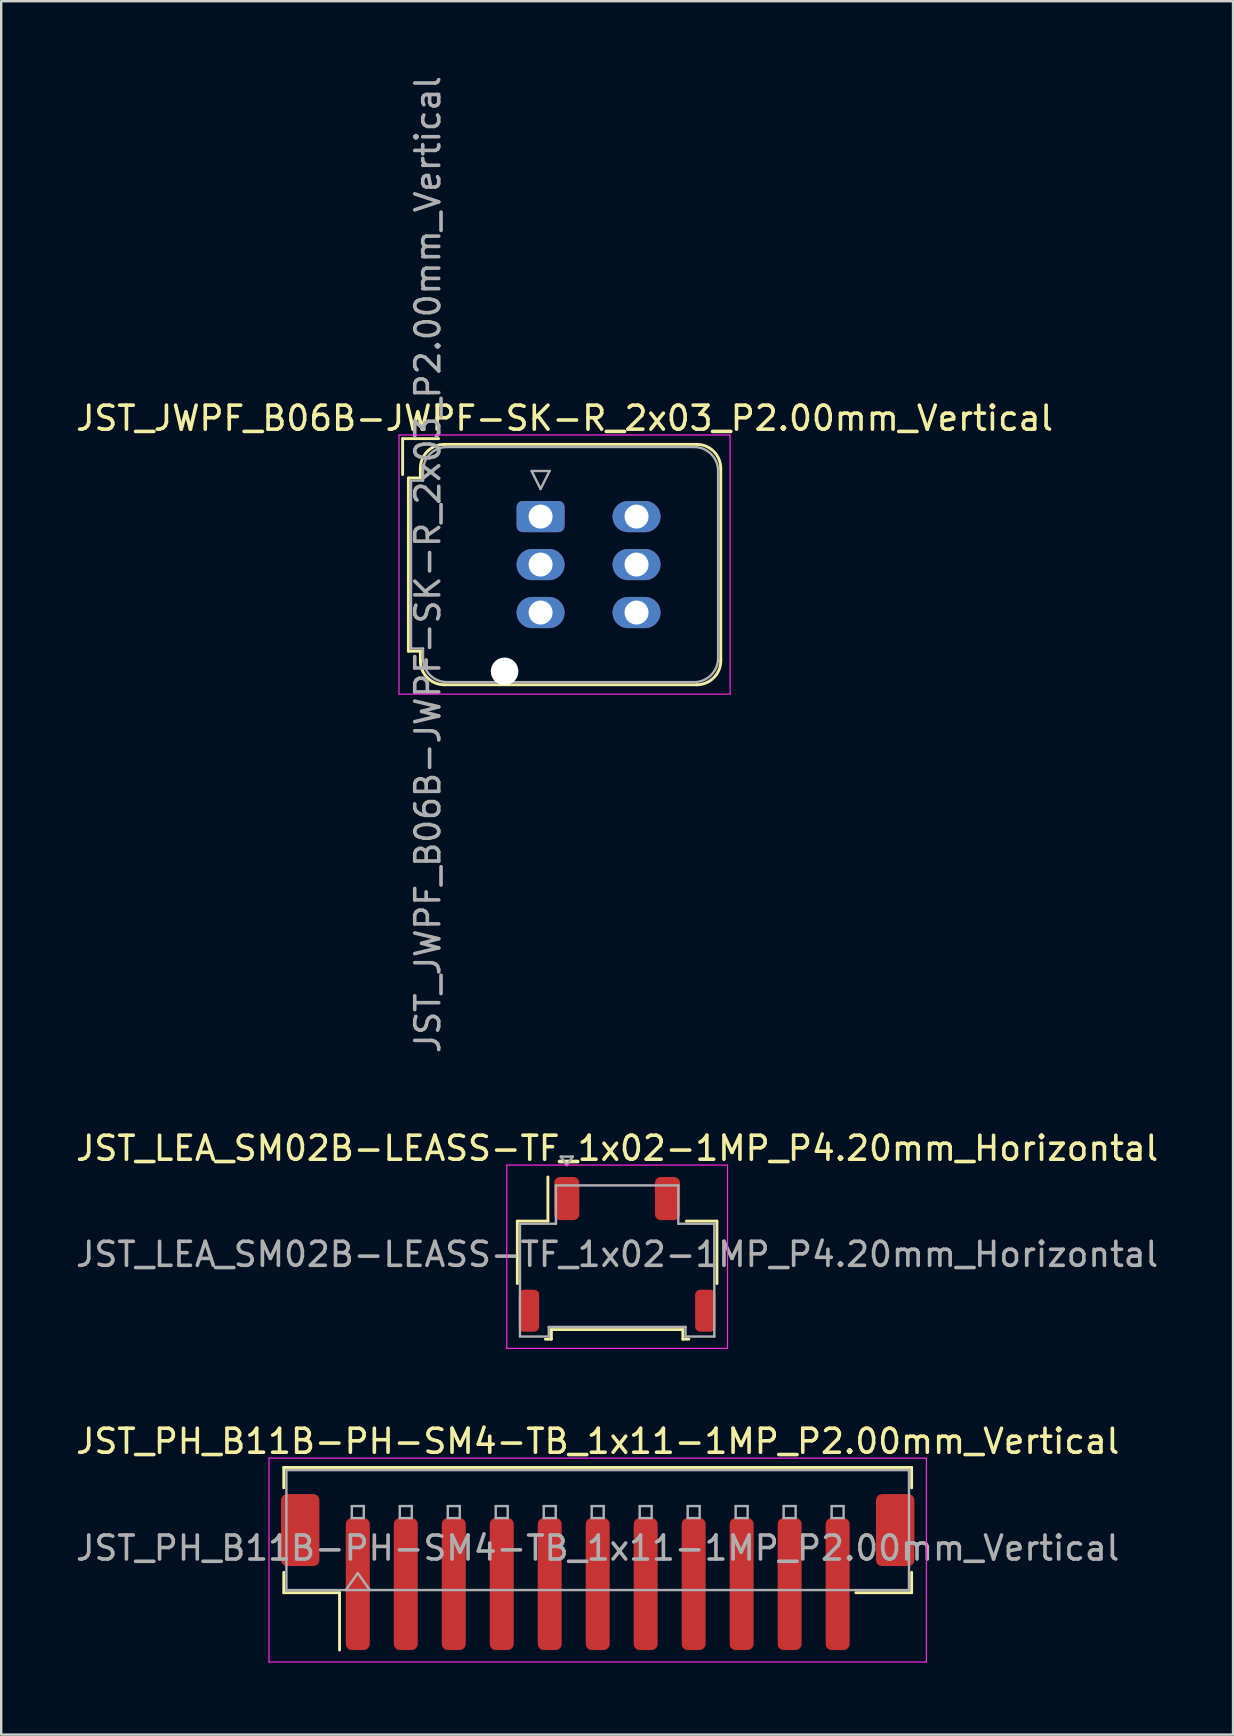
<source format=kicad_pcb>
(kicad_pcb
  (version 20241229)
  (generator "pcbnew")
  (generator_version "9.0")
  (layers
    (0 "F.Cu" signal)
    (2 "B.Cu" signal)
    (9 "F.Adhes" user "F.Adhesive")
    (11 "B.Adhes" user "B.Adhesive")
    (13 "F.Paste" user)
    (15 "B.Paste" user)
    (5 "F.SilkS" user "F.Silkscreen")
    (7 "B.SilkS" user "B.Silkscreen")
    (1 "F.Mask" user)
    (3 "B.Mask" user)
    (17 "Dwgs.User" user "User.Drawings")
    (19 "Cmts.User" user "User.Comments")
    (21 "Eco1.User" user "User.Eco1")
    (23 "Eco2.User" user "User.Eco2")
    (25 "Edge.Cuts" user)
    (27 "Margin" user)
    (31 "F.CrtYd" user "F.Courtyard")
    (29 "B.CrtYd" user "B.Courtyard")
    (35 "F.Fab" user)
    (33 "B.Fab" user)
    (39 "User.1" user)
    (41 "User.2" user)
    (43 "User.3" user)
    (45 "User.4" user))
  (footprint "JST_LEA_SM02B-LEASS-TF_1x02-1MP_P4.20mm_Horizontal"
    (layer "F.Cu")
    (at 22.673 49.233)
    (property "Reference" "JST_LEA_SM02B-LEASS-TF_1x02-1MP_P4.20mm_Horizontal" (at 0 -4.42 0) (layer "F.SilkS") (effects (font (size 1 1) (thickness 0.15))))
    (attr smd)
    (fp_line (start -4.16 -1.385) (end -2.885 -1.385) (stroke (width 0.12) (type solid)) (layer "F.SilkS"))
    (fp_line (start -4.16 1.215) (end -4.16 -1.385) (stroke (width 0.12) (type solid)) (layer "F.SilkS"))
    (fp_line (start -2.99 3.535) (end -2.74 3.535) (stroke (width 0.12) (type solid)) (layer "F.SilkS"))
    (fp_line (start -2.885 -1.385) (end -2.885 -3.225) (stroke (width 0.12) (type solid)) (layer "F.SilkS"))
    (fp_line (start -2.74 3.135) (end 2.74 3.135) (stroke (width 0.12) (type solid)) (layer "F.SilkS"))
    (fp_line (start -2.74 3.535) (end -2.74 3.135) (stroke (width 0.12) (type solid)) (layer "F.SilkS"))
    (fp_line (start 2.74 3.135) (end 2.74 3.535) (stroke (width 0.12) (type solid)) (layer "F.SilkS"))
    (fp_line (start 2.74 3.535) (end 2.99 3.535) (stroke (width 0.12) (type solid)) (layer "F.SilkS"))
    (fp_line (start 4.16 -1.385) (end 2.885 -1.385) (stroke (width 0.12) (type solid)) (layer "F.SilkS"))
    (fp_line (start 4.16 1.215) (end 4.16 -1.385) (stroke (width 0.12) (type solid)) (layer "F.SilkS"))
    (fp_line (start -4.6 -3.72) (end -4.6 3.92) (stroke (width 0.05) (type solid)) (layer "F.CrtYd"))
    (fp_line (start -4.6 3.92) (end 4.6 3.92) (stroke (width 0.05) (type solid)) (layer "F.CrtYd"))
    (fp_line (start 4.6 -3.72) (end -4.6 -3.72) (stroke (width 0.05) (type solid)) (layer "F.CrtYd"))
    (fp_line (start 4.6 3.92) (end 4.6 -3.72) (stroke (width 0.05) (type solid)) (layer "F.CrtYd"))
    (fp_line (start -4.05 -1.275) (end -4.05 3.425) (stroke (width 0.1) (type solid)) (layer "F.Fab"))
    (fp_line (start -4.05 -1.275) (end -2.55 -1.275) (stroke (width 0.1) (type solid)) (layer "F.Fab"))
    (fp_line (start -4.05 3.425) (end -2.85 3.425) (stroke (width 0.1) (type solid)) (layer "F.Fab"))
    (fp_line (start -2.85 3.025) (end 2.85 3.025) (stroke (width 0.1) (type solid)) (layer "F.Fab"))
    (fp_line (start -2.85 3.425) (end -2.85 3.025) (stroke (width 0.1) (type solid)) (layer "F.Fab"))
    (fp_line (start -2.55 -2.875) (end 2.55 -2.875) (stroke (width 0.1) (type solid)) (layer "F.Fab"))
    (fp_line (start -2.55 -1.275) (end -2.55 -2.875) (stroke (width 0.1) (type solid)) (layer "F.Fab"))
    (fp_line (start -2.35 -4.074) (end -2.1 -3.72) (stroke (width 0.1) (type solid)) (layer "F.Fab"))
    (fp_line (start -2.1 -3.72) (end -1.85 -4.074) (stroke (width 0.1) (type solid)) (layer "F.Fab"))
    (fp_line (start -1.85 -4.074) (end -2.35 -4.074) (stroke (width 0.1) (type solid)) (layer "F.Fab"))
    (fp_line (start 2.55 -2.875) (end 2.55 -1.275) (stroke (width 0.1) (type solid)) (layer "F.Fab"))
    (fp_line (start 2.55 -1.275) (end 4.05 -1.275) (stroke (width 0.1) (type solid)) (layer "F.Fab"))
    (fp_line (start 2.85 3.025) (end 2.85 3.425) (stroke (width 0.1) (type solid)) (layer "F.Fab"))
    (fp_line (start 2.85 3.425) (end 4.05 3.425) (stroke (width 0.1) (type solid)) (layer "F.Fab"))
    (fp_line (start 4.05 -1.275) (end 4.05 3.425) (stroke (width 0.1) (type solid)) (layer "F.Fab"))
    (fp_text user "${REFERENCE}" (at 0 0 0) (layer "F.Fab") (effects (font (size 1 1) (thickness 0.15))))
    (pad "1" smd roundrect (at -2.1 -2.325) (size 1.05 1.8) (layers "F.Cu" "F.Mask" "F.Paste") (roundrect_rratio 0.238))
    (pad "2" smd roundrect (at 2.1 -2.325) (size 1.05 1.8) (layers "F.Cu" "F.Mask" "F.Paste") (roundrect_rratio 0.238))
    (pad "MP" smd roundrect (at -3.675 2.35) (size 0.85 1.75) (layers "F.Cu" "F.Mask" "F.Paste") (roundrect_rratio 0.25))
    (pad "MP" smd roundrect (at 3.675 2.35) (size 0.85 1.75) (layers "F.Cu" "F.Mask" "F.Paste") (roundrect_rratio 0.25)))
  (footprint "JST_JWPF_B06B-JWPF-SK-R_2x03_P2.00mm_Vertical"
    (layer "F.Cu")
    (at 19.482 18.482)
    (property "Reference" "JST_JWPF_B06B-JWPF-SK-R_2x03_P2.00mm_Vertical" (at 1 -4.1 0) (layer "F.SilkS") (effects (font (size 1 1) (thickness 0.15))))
    (attr through_hole)
    (fp_line (start -5.75 -3.25) (end -4.25 -3.25) (stroke (width 0.12) (type solid)) (layer "F.SilkS"))
    (fp_line (start -5.75 -1.75) (end -5.75 -3.25) (stroke (width 0.12) (type solid)) (layer "F.SilkS"))
    (fp_line (start -5.51 -1.61) (end -5.51 5.61) (stroke (width 0.12) (type solid)) (layer "F.SilkS"))
    (fp_line (start -5.51 5.61) (end -5.01 5.61) (stroke (width 0.12) (type solid)) (layer "F.SilkS"))
    (fp_line (start -5.01 -2.01) (end -5.01 -1.61) (stroke (width 0.12) (type solid)) (layer "F.SilkS"))
    (fp_line (start -5.01 -1.61) (end -5.51 -1.61) (stroke (width 0.12) (type solid)) (layer "F.SilkS"))
    (fp_line (start -5.01 5.61) (end -5.01 6.01) (stroke (width 0.12) (type solid)) (layer "F.SilkS"))
    (fp_line (start -4.01 -3.01) (end 6.51 -3.01) (stroke (width 0.12) (type solid)) (layer "F.SilkS"))
    (fp_line (start -4.01 7.01) (end 6.51 7.01) (stroke (width 0.12) (type solid)) (layer "F.SilkS"))
    (fp_line (start 7.51 -2.01) (end 7.51 6.01) (stroke (width 0.12) (type solid)) (layer "F.SilkS"))
    (fp_arc (start -5.01 -2.01) (mid -4.717107 -2.717107) (end -4.01 -3.01) (stroke (width 0.12) (type solid)) (layer "F.SilkS"))
    (fp_arc (start -4.01 7.01) (mid -4.717107 6.717107) (end -5.01 6.01) (stroke (width 0.12) (type solid)) (layer "F.SilkS"))
    (fp_arc (start 6.51 -3.01) (mid 7.217107 -2.717107) (end 7.51 -2.01) (stroke (width 0.12) (type solid)) (layer "F.SilkS"))
    (fp_arc (start 7.51 6.01) (mid 7.217107 6.717107) (end 6.51 7.01) (stroke (width 0.12) (type solid)) (layer "F.SilkS"))
    (fp_line (start -5.9 -3.4) (end -5.9 7.4) (stroke (width 0.05) (type solid)) (layer "F.CrtYd"))
    (fp_line (start -5.9 7.4) (end 7.9 7.4) (stroke (width 0.05) (type solid)) (layer "F.CrtYd"))
    (fp_line (start 7.9 -3.4) (end -5.9 -3.4) (stroke (width 0.05) (type solid)) (layer "F.CrtYd"))
    (fp_line (start 7.9 7.4) (end 7.9 -3.4) (stroke (width 0.05) (type solid)) (layer "F.CrtYd"))
    (fp_line (start -5.4 -1.5) (end -5.4 5.5) (stroke (width 0.1) (type solid)) (layer "F.Fab"))
    (fp_line (start -5.4 5.5) (end -4.9 5.5) (stroke (width 0.1) (type solid)) (layer "F.Fab"))
    (fp_line (start -4.9 -1.9) (end -4.9 -1.5) (stroke (width 0.1) (type solid)) (layer "F.Fab"))
    (fp_line (start -4.9 -1.5) (end -5.4 -1.5) (stroke (width 0.1) (type solid)) (layer "F.Fab"))
    (fp_line (start -4.9 5.5) (end -4.9 5.9) (stroke (width 0.1) (type solid)) (layer "F.Fab"))
    (fp_line (start -3.9 -2.9) (end 6.4 -2.9) (stroke (width 0.1) (type solid)) (layer "F.Fab"))
    (fp_line (start -3.9 6.9) (end 6.4 6.9) (stroke (width 0.1) (type solid)) (layer "F.Fab"))
    (fp_line (start -0.375 -1.9) (end 0.375 -1.9) (stroke (width 0.1) (type solid)) (layer "F.Fab"))
    (fp_line (start 0 -1.15) (end -0.375 -1.9) (stroke (width 0.1) (type solid)) (layer "F.Fab"))
    (fp_line (start 0.375 -1.9) (end 0 -1.15) (stroke (width 0.1) (type solid)) (layer "F.Fab"))
    (fp_line (start 7.4 -1.9) (end 7.4 5.9) (stroke (width 0.1) (type solid)) (layer "F.Fab"))
    (fp_arc (start -4.9 -1.9) (mid -4.607107 -2.607107) (end -3.9 -2.9) (stroke (width 0.1) (type solid)) (layer "F.Fab"))
    (fp_arc (start -3.9 6.9) (mid -4.607107 6.607107) (end -4.9 5.9) (stroke (width 0.1) (type solid)) (layer "F.Fab"))
    (fp_arc (start 6.4 -2.9) (mid 7.107107 -2.607107) (end 7.4 -1.9) (stroke (width 0.1) (type solid)) (layer "F.Fab"))
    (fp_arc (start 7.4 5.9) (mid 7.107107 6.607107) (end 6.4 6.9) (stroke (width 0.1) (type solid)) (layer "F.Fab"))
    (fp_text user "${REFERENCE}" (at -4.7 2 90) (layer "F.Fab") (effects (font (size 1 1) (thickness 0.15))))
    (pad "" np_thru_hole circle (at -1.5 6.45) (size 1.15 1.15) (drill 1.15) (layers "*.Cu" "*.Mask"))
    (pad "1" thru_hole roundrect (at 0 0) (size 2 1.3) (drill 1) (layers "*.Cu" "*.Mask") (roundrect_rratio 0.192))
    (pad "2" thru_hole oval (at 0 2) (size 2 1.3) (drill 1) (layers "*.Cu" "*.Mask"))
    (pad "3" thru_hole oval (at 0 4) (size 2 1.3) (drill 1) (layers "*.Cu" "*.Mask"))
    (pad "4" thru_hole oval (at 4 0) (size 2 1.3) (drill 1) (layers "*.Cu" "*.Mask"))
    (pad "5" thru_hole oval (at 4 2) (size 2 1.3) (drill 1) (layers "*.Cu" "*.Mask"))
    (pad "6" thru_hole oval (at 4 4) (size 2 1.3) (drill 1) (layers "*.Cu" "*.Mask")))
  (footprint "JST_PH_B11B-PH-SM4-TB_1x11-1MP_P2.00mm_Vertical"
    (layer "F.Cu")
    (at 21.863 62.476)
    (property "Reference" "JST_PH_B11B-PH-SM4-TB_1x11-1MP_P2.00mm_Vertical" (at 0 -5.45 0) (layer "F.SilkS") (effects (font (size 1 1) (thickness 0.15))))
    (attr smd)
    (fp_line (start -13.085 -4.36) (end 13.085 -4.36) (stroke (width 0.12) (type solid)) (layer "F.SilkS"))
    (fp_line (start -13.085 -3.51) (end -13.085 -4.36) (stroke (width 0.12) (type solid)) (layer "F.SilkS"))
    (fp_line (start -13.085 0.01) (end -13.085 0.86) (stroke (width 0.12) (type solid)) (layer "F.SilkS"))
    (fp_line (start -13.085 0.86) (end -10.76 0.86) (stroke (width 0.12) (type solid)) (layer "F.SilkS"))
    (fp_line (start -10.76 0.86) (end -10.76 3.25) (stroke (width 0.12) (type solid)) (layer "F.SilkS"))
    (fp_line (start 13.085 -4.36) (end 13.085 -3.51) (stroke (width 0.12) (type solid)) (layer "F.SilkS"))
    (fp_line (start 13.085 0.01) (end 13.085 0.86) (stroke (width 0.12) (type solid)) (layer "F.SilkS"))
    (fp_line (start 13.085 0.86) (end 10.76 0.86) (stroke (width 0.12) (type solid)) (layer "F.SilkS"))
    (fp_line (start -13.7 -4.75) (end -13.7 3.75) (stroke (width 0.05) (type solid)) (layer "F.CrtYd"))
    (fp_line (start -13.7 3.75) (end 13.7 3.75) (stroke (width 0.05) (type solid)) (layer "F.CrtYd"))
    (fp_line (start 13.7 -4.75) (end -13.7 -4.75) (stroke (width 0.05) (type solid)) (layer "F.CrtYd"))
    (fp_line (start 13.7 3.75) (end 13.7 -4.75) (stroke (width 0.05) (type solid)) (layer "F.CrtYd"))
    (fp_line (start -12.975 -4.25) (end 12.975 -4.25) (stroke (width 0.1) (type solid)) (layer "F.Fab"))
    (fp_line (start -12.975 0.75) (end -12.975 -4.25) (stroke (width 0.1) (type solid)) (layer "F.Fab"))
    (fp_line (start -12.975 0.75) (end 12.975 0.75) (stroke (width 0.1) (type solid)) (layer "F.Fab"))
    (fp_line (start -10.5 0.75) (end -10 0.043) (stroke (width 0.1) (type solid)) (layer "F.Fab"))
    (fp_line (start -10.25 -2.75) (end -10.25 -2.25) (stroke (width 0.1) (type solid)) (layer "F.Fab"))
    (fp_line (start -10.25 -2.25) (end -9.75 -2.25) (stroke (width 0.1) (type solid)) (layer "F.Fab"))
    (fp_line (start -10 0.043) (end -9.5 0.75) (stroke (width 0.1) (type solid)) (layer "F.Fab"))
    (fp_line (start -9.75 -2.75) (end -10.25 -2.75) (stroke (width 0.1) (type solid)) (layer "F.Fab"))
    (fp_line (start -9.75 -2.25) (end -9.75 -2.75) (stroke (width 0.1) (type solid)) (layer "F.Fab"))
    (fp_line (start -8.25 -2.75) (end -8.25 -2.25) (stroke (width 0.1) (type solid)) (layer "F.Fab"))
    (fp_line (start -8.25 -2.25) (end -7.75 -2.25) (stroke (width 0.1) (type solid)) (layer "F.Fab"))
    (fp_line (start -7.75 -2.75) (end -8.25 -2.75) (stroke (width 0.1) (type solid)) (layer "F.Fab"))
    (fp_line (start -7.75 -2.25) (end -7.75 -2.75) (stroke (width 0.1) (type solid)) (layer "F.Fab"))
    (fp_line (start -6.25 -2.75) (end -6.25 -2.25) (stroke (width 0.1) (type solid)) (layer "F.Fab"))
    (fp_line (start -6.25 -2.25) (end -5.75 -2.25) (stroke (width 0.1) (type solid)) (layer "F.Fab"))
    (fp_line (start -5.75 -2.75) (end -6.25 -2.75) (stroke (width 0.1) (type solid)) (layer "F.Fab"))
    (fp_line (start -5.75 -2.25) (end -5.75 -2.75) (stroke (width 0.1) (type solid)) (layer "F.Fab"))
    (fp_line (start -4.25 -2.75) (end -4.25 -2.25) (stroke (width 0.1) (type solid)) (layer "F.Fab"))
    (fp_line (start -4.25 -2.25) (end -3.75 -2.25) (stroke (width 0.1) (type solid)) (layer "F.Fab"))
    (fp_line (start -3.75 -2.75) (end -4.25 -2.75) (stroke (width 0.1) (type solid)) (layer "F.Fab"))
    (fp_line (start -3.75 -2.25) (end -3.75 -2.75) (stroke (width 0.1) (type solid)) (layer "F.Fab"))
    (fp_line (start -2.25 -2.75) (end -2.25 -2.25) (stroke (width 0.1) (type solid)) (layer "F.Fab"))
    (fp_line (start -2.25 -2.25) (end -1.75 -2.25) (stroke (width 0.1) (type solid)) (layer "F.Fab"))
    (fp_line (start -1.75 -2.75) (end -2.25 -2.75) (stroke (width 0.1) (type solid)) (layer "F.Fab"))
    (fp_line (start -1.75 -2.25) (end -1.75 -2.75) (stroke (width 0.1) (type solid)) (layer "F.Fab"))
    (fp_line (start -0.25 -2.75) (end -0.25 -2.25) (stroke (width 0.1) (type solid)) (layer "F.Fab"))
    (fp_line (start -0.25 -2.25) (end 0.25 -2.25) (stroke (width 0.1) (type solid)) (layer "F.Fab"))
    (fp_line (start 0.25 -2.75) (end -0.25 -2.75) (stroke (width 0.1) (type solid)) (layer "F.Fab"))
    (fp_line (start 0.25 -2.25) (end 0.25 -2.75) (stroke (width 0.1) (type solid)) (layer "F.Fab"))
    (fp_line (start 1.75 -2.75) (end 1.75 -2.25) (stroke (width 0.1) (type solid)) (layer "F.Fab"))
    (fp_line (start 1.75 -2.25) (end 2.25 -2.25) (stroke (width 0.1) (type solid)) (layer "F.Fab"))
    (fp_line (start 2.25 -2.75) (end 1.75 -2.75) (stroke (width 0.1) (type solid)) (layer "F.Fab"))
    (fp_line (start 2.25 -2.25) (end 2.25 -2.75) (stroke (width 0.1) (type solid)) (layer "F.Fab"))
    (fp_line (start 3.75 -2.75) (end 3.75 -2.25) (stroke (width 0.1) (type solid)) (layer "F.Fab"))
    (fp_line (start 3.75 -2.25) (end 4.25 -2.25) (stroke (width 0.1) (type solid)) (layer "F.Fab"))
    (fp_line (start 4.25 -2.75) (end 3.75 -2.75) (stroke (width 0.1) (type solid)) (layer "F.Fab"))
    (fp_line (start 4.25 -2.25) (end 4.25 -2.75) (stroke (width 0.1) (type solid)) (layer "F.Fab"))
    (fp_line (start 5.75 -2.75) (end 5.75 -2.25) (stroke (width 0.1) (type solid)) (layer "F.Fab"))
    (fp_line (start 5.75 -2.25) (end 6.25 -2.25) (stroke (width 0.1) (type solid)) (layer "F.Fab"))
    (fp_line (start 6.25 -2.75) (end 5.75 -2.75) (stroke (width 0.1) (type solid)) (layer "F.Fab"))
    (fp_line (start 6.25 -2.25) (end 6.25 -2.75) (stroke (width 0.1) (type solid)) (layer "F.Fab"))
    (fp_line (start 7.75 -2.75) (end 7.75 -2.25) (stroke (width 0.1) (type solid)) (layer "F.Fab"))
    (fp_line (start 7.75 -2.25) (end 8.25 -2.25) (stroke (width 0.1) (type solid)) (layer "F.Fab"))
    (fp_line (start 8.25 -2.75) (end 7.75 -2.75) (stroke (width 0.1) (type solid)) (layer "F.Fab"))
    (fp_line (start 8.25 -2.25) (end 8.25 -2.75) (stroke (width 0.1) (type solid)) (layer "F.Fab"))
    (fp_line (start 9.75 -2.75) (end 9.75 -2.25) (stroke (width 0.1) (type solid)) (layer "F.Fab"))
    (fp_line (start 9.75 -2.25) (end 10.25 -2.25) (stroke (width 0.1) (type solid)) (layer "F.Fab"))
    (fp_line (start 10.25 -2.75) (end 9.75 -2.75) (stroke (width 0.1) (type solid)) (layer "F.Fab"))
    (fp_line (start 10.25 -2.25) (end 10.25 -2.75) (stroke (width 0.1) (type solid)) (layer "F.Fab"))
    (fp_line (start 12.975 0.75) (end 12.975 -4.25) (stroke (width 0.1) (type solid)) (layer "F.Fab"))
    (fp_text user "${REFERENCE}" (at 0 -1 0) (layer "F.Fab") (effects (font (size 1 1) (thickness 0.15))))
    (pad "1" smd roundrect (at -10 0.5) (size 1 5.5) (layers "F.Cu" "F.Mask" "F.Paste") (roundrect_rratio 0.25))
    (pad "2" smd roundrect (at -8 0.5) (size 1 5.5) (layers "F.Cu" "F.Mask" "F.Paste") (roundrect_rratio 0.25))
    (pad "3" smd roundrect (at -6 0.5) (size 1 5.5) (layers "F.Cu" "F.Mask" "F.Paste") (roundrect_rratio 0.25))
    (pad "4" smd roundrect (at -4 0.5) (size 1 5.5) (layers "F.Cu" "F.Mask" "F.Paste") (roundrect_rratio 0.25))
    (pad "5" smd roundrect (at -2 0.5) (size 1 5.5) (layers "F.Cu" "F.Mask" "F.Paste") (roundrect_rratio 0.25))
    (pad "6" smd roundrect (at 0 0.5) (size 1 5.5) (layers "F.Cu" "F.Mask" "F.Paste") (roundrect_rratio 0.25))
    (pad "7" smd roundrect (at 2 0.5) (size 1 5.5) (layers "F.Cu" "F.Mask" "F.Paste") (roundrect_rratio 0.25))
    (pad "8" smd roundrect (at 4 0.5) (size 1 5.5) (layers "F.Cu" "F.Mask" "F.Paste") (roundrect_rratio 0.25))
    (pad "9" smd roundrect (at 6 0.5) (size 1 5.5) (layers "F.Cu" "F.Mask" "F.Paste") (roundrect_rratio 0.25))
    (pad "10" smd roundrect (at 8 0.5) (size 1 5.5) (layers "F.Cu" "F.Mask" "F.Paste") (roundrect_rratio 0.25))
    (pad "11" smd roundrect (at 10 0.5) (size 1 5.5) (layers "F.Cu" "F.Mask" "F.Paste") (roundrect_rratio 0.25))
    (pad "MP" smd roundrect (at -12.4 -1.75) (size 1.6 3) (layers "F.Cu" "F.Mask" "F.Paste") (roundrect_rratio 0.156))
    (pad "MP" smd roundrect (at 12.4 -1.75) (size 1.6 3) (layers "F.Cu" "F.Mask" "F.Paste") (roundrect_rratio 0.156)))
  (gr_rect
    (start -3 -3)
    (end 48.345 69.251)
    (stroke (width 0.1) (type default))
    (fill no)
    (layer "Edge.Cuts")))
</source>
